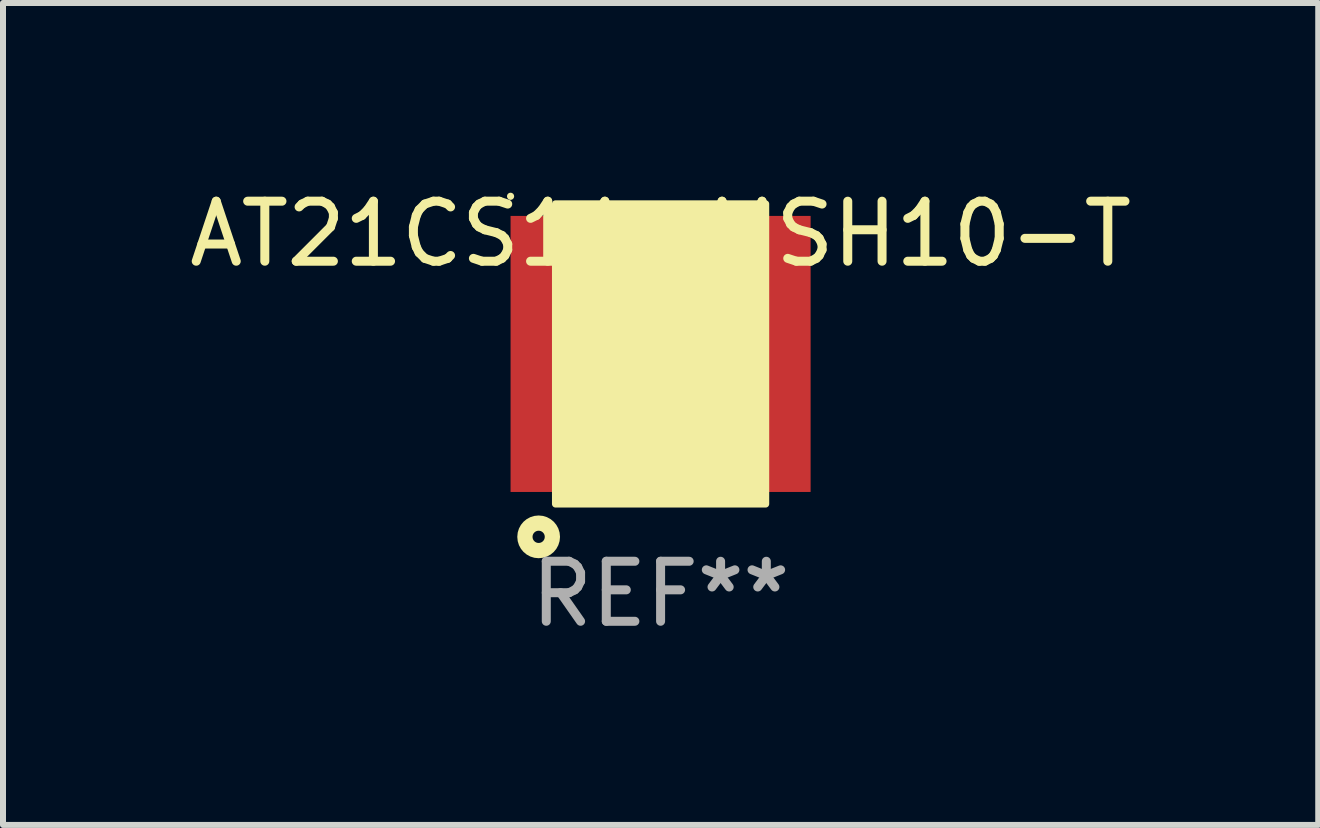
<source format=kicad_pcb>
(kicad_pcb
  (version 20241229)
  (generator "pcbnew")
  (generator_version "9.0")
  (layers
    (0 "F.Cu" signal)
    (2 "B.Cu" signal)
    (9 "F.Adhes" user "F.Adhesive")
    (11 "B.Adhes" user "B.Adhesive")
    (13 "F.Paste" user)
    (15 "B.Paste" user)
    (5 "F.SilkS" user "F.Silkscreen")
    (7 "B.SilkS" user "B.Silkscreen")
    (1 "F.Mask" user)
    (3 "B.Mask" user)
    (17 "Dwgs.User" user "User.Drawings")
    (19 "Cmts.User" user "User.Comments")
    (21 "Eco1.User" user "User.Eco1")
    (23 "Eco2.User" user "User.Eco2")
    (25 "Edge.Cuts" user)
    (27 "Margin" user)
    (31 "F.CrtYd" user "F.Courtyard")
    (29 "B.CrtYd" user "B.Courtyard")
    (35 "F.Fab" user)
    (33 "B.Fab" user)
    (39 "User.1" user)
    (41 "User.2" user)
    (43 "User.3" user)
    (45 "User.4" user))
  (footprint "AT21CS11-MSH10-T"
    (layer "F.Cu")
    (at 7.958 2.848)
    (property "Reference" "AT21CS11-MSH10-T" (at 0 -2 0) (layer "F.SilkS") (effects (font (size 1 1) (thickness 0.15))))
    (attr through_hole)
    (fp_circle (center -2.5 -2.627) (end -2.47 -2.627) (stroke (width 0.06) (type solid)) (fill no) (layer "F.SilkS"))
    (fp_circle (center -2.032 3.048) (end -1.803 3.048) (stroke (width 0.254) (type solid)) (fill no) (layer "F.SilkS"))
    (fp_poly (pts (xy -1.75 -2.5) (xy 1.75 -2.5) (xy 1.75 2.5) (xy -1.75 2.5)) (stroke (width 0.12) (type solid)) (fill yes) (layer "F.SilkS"))
    (fp_text user "REF**" (at 0 4 0) (layer "F.Fab") (effects (font (size 1 1) (thickness 0.15))))
    (pad "1" smd rect (at -1.5 0 90) (size 4.6 2) (layers "F.Cu" "F.Mask" "F.Paste"))
    (pad "2" smd rect (at 1.5 0 90) (size 4.6 2) (layers "F.Cu" "F.Mask" "F.Paste")))
  (gr_rect
    (start -3 -3)
    (end 18.917 10.697)
    (stroke (width 0.1) (type default))
    (fill no)
    (layer "Edge.Cuts")))
</source>
